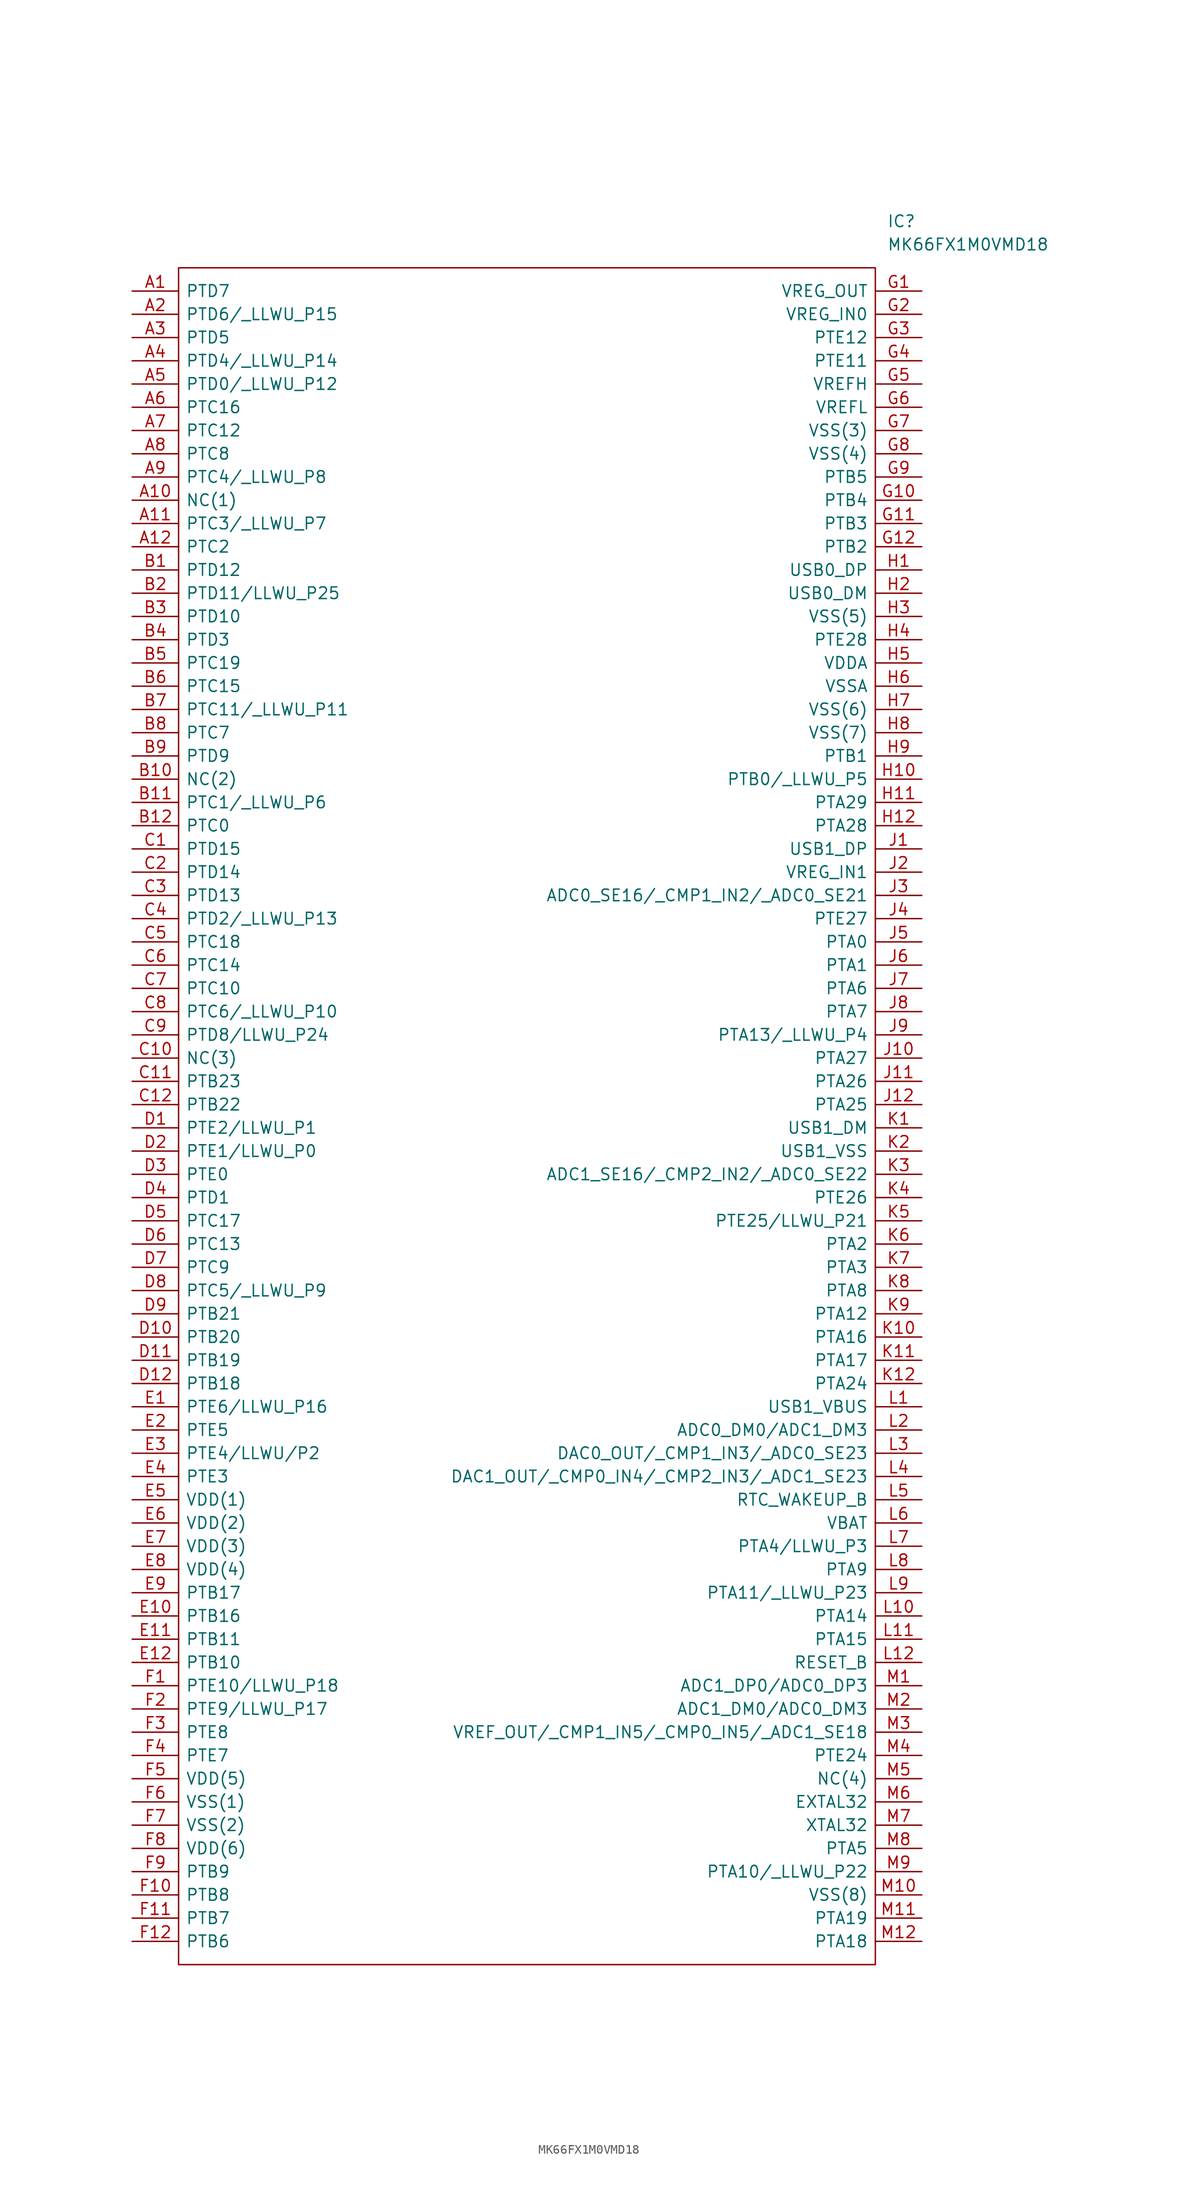
<source format=kicad_sym>
(kicad_symbol_lib
  (version 20220914)
  (generator kicad_symbol_editor)
  (symbol "MK66FX1M0VMD18"
    (pin_names
      (offset 0.762))
    (property "Reference" "IC"
      (at 39.37 96.52 0)
      (effects (font (size 1.27 1.27)) (justify left)))
    (property "Value" "MK66FX1M0VMD18"
      (at 39.37 93.98 0)
      (effects (font (size 1.27 1.27)) (justify left)))
    (symbol "MK66FX1M0VMD18_0_0"
      (pin bidirectional line (at -43.18 88.9 0) (length 5.08) (name "PTD7" (effects (font (size 1.27 1.27)))) (number "A1" (effects (font (size 1.27 1.27)))))
      (pin bidirectional line (at -43.18 66.04 0) (length 5.08) (name "NC(1)" (effects (font (size 1.27 1.27)))) (number "A10" (effects (font (size 1.27 1.27)))))
      (pin bidirectional line (at -43.18 63.5 0) (length 5.08) (name "PTC3/_LLWU_P7" (effects (font (size 1.27 1.27)))) (number "A11" (effects (font (size 1.27 1.27)))))
      (pin bidirectional line (at -43.18 60.96 0) (length 5.08) (name "PTC2" (effects (font (size 1.27 1.27)))) (number "A12" (effects (font (size 1.27 1.27)))))
      (pin bidirectional line (at -43.18 86.36 0) (length 5.08) (name "PTD6/_LLWU_P15" (effects (font (size 1.27 1.27)))) (number "A2" (effects (font (size 1.27 1.27)))))
      (pin bidirectional line (at -43.18 83.82 0) (length 5.08) (name "PTD5" (effects (font (size 1.27 1.27)))) (number "A3" (effects (font (size 1.27 1.27)))))
      (pin bidirectional line (at -43.18 81.28 0) (length 5.08) (name "PTD4/_LLWU_P14" (effects (font (size 1.27 1.27)))) (number "A4" (effects (font (size 1.27 1.27)))))
      (pin bidirectional line (at -43.18 78.74 0) (length 5.08) (name "PTD0/_LLWU_P12" (effects (font (size 1.27 1.27)))) (number "A5" (effects (font (size 1.27 1.27)))))
      (pin bidirectional line (at -43.18 76.2 0) (length 5.08) (name "PTC16" (effects (font (size 1.27 1.27)))) (number "A6" (effects (font (size 1.27 1.27)))))
      (pin bidirectional line (at -43.18 73.66 0) (length 5.08) (name "PTC12" (effects (font (size 1.27 1.27)))) (number "A7" (effects (font (size 1.27 1.27)))))
      (pin bidirectional line (at -43.18 71.12 0) (length 5.08) (name "PTC8" (effects (font (size 1.27 1.27)))) (number "A8" (effects (font (size 1.27 1.27)))))
      (pin bidirectional line (at -43.18 68.58 0) (length 5.08) (name "PTC4/_LLWU_P8" (effects (font (size 1.27 1.27)))) (number "A9" (effects (font (size 1.27 1.27)))))
      (pin bidirectional line (at -43.18 58.42 0) (length 5.08) (name "PTD12" (effects (font (size 1.27 1.27)))) (number "B1" (effects (font (size 1.27 1.27)))))
      (pin bidirectional line (at -43.18 35.56 0) (length 5.08) (name "NC(2)" (effects (font (size 1.27 1.27)))) (number "B10" (effects (font (size 1.27 1.27)))))
      (pin bidirectional line (at -43.18 33.02 0) (length 5.08) (name "PTC1/_LLWU_P6" (effects (font (size 1.27 1.27)))) (number "B11" (effects (font (size 1.27 1.27)))))
      (pin bidirectional line (at -43.18 30.48 0) (length 5.08) (name "PTC0" (effects (font (size 1.27 1.27)))) (number "B12" (effects (font (size 1.27 1.27)))))
      (pin bidirectional line (at -43.18 55.88 0) (length 5.08) (name "PTD11/LLWU_P25" (effects (font (size 1.27 1.27)))) (number "B2" (effects (font (size 1.27 1.27)))))
      (pin bidirectional line (at -43.18 53.34 0) (length 5.08) (name "PTD10" (effects (font (size 1.27 1.27)))) (number "B3" (effects (font (size 1.27 1.27)))))
      (pin bidirectional line (at -43.18 50.8 0) (length 5.08) (name "PTD3" (effects (font (size 1.27 1.27)))) (number "B4" (effects (font (size 1.27 1.27)))))
      (pin bidirectional line (at -43.18 48.26 0) (length 5.08) (name "PTC19" (effects (font (size 1.27 1.27)))) (number "B5" (effects (font (size 1.27 1.27)))))
      (pin bidirectional line (at -43.18 45.72 0) (length 5.08) (name "PTC15" (effects (font (size 1.27 1.27)))) (number "B6" (effects (font (size 1.27 1.27)))))
      (pin bidirectional line (at -43.18 43.18 0) (length 5.08) (name "PTC11/_LLWU_P11" (effects (font (size 1.27 1.27)))) (number "B7" (effects (font (size 1.27 1.27)))))
      (pin bidirectional line (at -43.18 40.64 0) (length 5.08) (name "PTC7" (effects (font (size 1.27 1.27)))) (number "B8" (effects (font (size 1.27 1.27)))))
      (pin bidirectional line (at -43.18 38.1 0) (length 5.08) (name "PTD9" (effects (font (size 1.27 1.27)))) (number "B9" (effects (font (size 1.27 1.27)))))
      (pin bidirectional line (at -43.18 27.94 0) (length 5.08) (name "PTD15" (effects (font (size 1.27 1.27)))) (number "C1" (effects (font (size 1.27 1.27)))))
      (pin bidirectional line (at -43.18 5.08 0) (length 5.08) (name "NC(3)" (effects (font (size 1.27 1.27)))) (number "C10" (effects (font (size 1.27 1.27)))))
      (pin bidirectional line (at -43.18 2.54 0) (length 5.08) (name "PTB23" (effects (font (size 1.27 1.27)))) (number "C11" (effects (font (size 1.27 1.27)))))
      (pin bidirectional line (at -43.18 0 0) (length 5.08) (name "PTB22" (effects (font (size 1.27 1.27)))) (number "C12" (effects (font (size 1.27 1.27)))))
      (pin bidirectional line (at -43.18 25.4 0) (length 5.08) (name "PTD14" (effects (font (size 1.27 1.27)))) (number "C2" (effects (font (size 1.27 1.27)))))
      (pin bidirectional line (at -43.18 22.86 0) (length 5.08) (name "PTD13" (effects (font (size 1.27 1.27)))) (number "C3" (effects (font (size 1.27 1.27)))))
      (pin bidirectional line (at -43.18 20.32 0) (length 5.08) (name "PTD2/_LLWU_P13" (effects (font (size 1.27 1.27)))) (number "C4" (effects (font (size 1.27 1.27)))))
      (pin bidirectional line (at -43.18 17.78 0) (length 5.08) (name "PTC18" (effects (font (size 1.27 1.27)))) (number "C5" (effects (font (size 1.27 1.27)))))
      (pin bidirectional line (at -43.18 15.24 0) (length 5.08) (name "PTC14" (effects (font (size 1.27 1.27)))) (number "C6" (effects (font (size 1.27 1.27)))))
      (pin bidirectional line (at -43.18 12.7 0) (length 5.08) (name "PTC10" (effects (font (size 1.27 1.27)))) (number "C7" (effects (font (size 1.27 1.27)))))
      (pin bidirectional line (at -43.18 10.16 0) (length 5.08) (name "PTC6/_LLWU_P10" (effects (font (size 1.27 1.27)))) (number "C8" (effects (font (size 1.27 1.27)))))
      (pin bidirectional line (at -43.18 7.62 0) (length 5.08) (name "PTD8/LLWU_P24" (effects (font (size 1.27 1.27)))) (number "C9" (effects (font (size 1.27 1.27)))))
      (pin bidirectional line (at -43.18 -2.54 0) (length 5.08) (name "PTE2/LLWU_P1" (effects (font (size 1.27 1.27)))) (number "D1" (effects (font (size 1.27 1.27)))))
      (pin bidirectional line (at -43.18 -25.4 0) (length 5.08) (name "PTB20" (effects (font (size 1.27 1.27)))) (number "D10" (effects (font (size 1.27 1.27)))))
      (pin bidirectional line (at -43.18 -27.94 0) (length 5.08) (name "PTB19" (effects (font (size 1.27 1.27)))) (number "D11" (effects (font (size 1.27 1.27)))))
      (pin bidirectional line (at -43.18 -30.48 0) (length 5.08) (name "PTB18" (effects (font (size 1.27 1.27)))) (number "D12" (effects (font (size 1.27 1.27)))))
      (pin bidirectional line (at -43.18 -5.08 0) (length 5.08) (name "PTE1/LLWU_P0" (effects (font (size 1.27 1.27)))) (number "D2" (effects (font (size 1.27 1.27)))))
      (pin bidirectional line (at -43.18 -7.62 0) (length 5.08) (name "PTE0" (effects (font (size 1.27 1.27)))) (number "D3" (effects (font (size 1.27 1.27)))))
      (pin bidirectional line (at -43.18 -10.16 0) (length 5.08) (name "PTD1" (effects (font (size 1.27 1.27)))) (number "D4" (effects (font (size 1.27 1.27)))))
      (pin bidirectional line (at -43.18 -12.7 0) (length 5.08) (name "PTC17" (effects (font (size 1.27 1.27)))) (number "D5" (effects (font (size 1.27 1.27)))))
      (pin bidirectional line (at -43.18 -15.24 0) (length 5.08) (name "PTC13" (effects (font (size 1.27 1.27)))) (number "D6" (effects (font (size 1.27 1.27)))))
      (pin bidirectional line (at -43.18 -17.78 0) (length 5.08) (name "PTC9" (effects (font (size 1.27 1.27)))) (number "D7" (effects (font (size 1.27 1.27)))))
      (pin bidirectional line (at -43.18 -20.32 0) (length 5.08) (name "PTC5/_LLWU_P9" (effects (font (size 1.27 1.27)))) (number "D8" (effects (font (size 1.27 1.27)))))
      (pin bidirectional line (at -43.18 -22.86 0) (length 5.08) (name "PTB21" (effects (font (size 1.27 1.27)))) (number "D9" (effects (font (size 1.27 1.27)))))
      (pin bidirectional line (at -43.18 -33.02 0) (length 5.08) (name "PTE6/LLWU_P16" (effects (font (size 1.27 1.27)))) (number "E1" (effects (font (size 1.27 1.27)))))
      (pin bidirectional line (at -43.18 -55.88 0) (length 5.08) (name "PTB16" (effects (font (size 1.27 1.27)))) (number "E10" (effects (font (size 1.27 1.27)))))
      (pin bidirectional line (at -43.18 -58.42 0) (length 5.08) (name "PTB11" (effects (font (size 1.27 1.27)))) (number "E11" (effects (font (size 1.27 1.27)))))
      (pin bidirectional line (at -43.18 -60.96 0) (length 5.08) (name "PTB10" (effects (font (size 1.27 1.27)))) (number "E12" (effects (font (size 1.27 1.27)))))
      (pin bidirectional line (at -43.18 -35.56 0) (length 5.08) (name "PTE5" (effects (font (size 1.27 1.27)))) (number "E2" (effects (font (size 1.27 1.27)))))
      (pin bidirectional line (at -43.18 -38.1 0) (length 5.08) (name "PTE4/LLWU/P2" (effects (font (size 1.27 1.27)))) (number "E3" (effects (font (size 1.27 1.27)))))
      (pin bidirectional line (at -43.18 -40.64 0) (length 5.08) (name "PTE3" (effects (font (size 1.27 1.27)))) (number "E4" (effects (font (size 1.27 1.27)))))
      (pin bidirectional line (at -43.18 -43.18 0) (length 5.08) (name "VDD(1)" (effects (font (size 1.27 1.27)))) (number "E5" (effects (font (size 1.27 1.27)))))
      (pin bidirectional line (at -43.18 -45.72 0) (length 5.08) (name "VDD(2)" (effects (font (size 1.27 1.27)))) (number "E6" (effects (font (size 1.27 1.27)))))
      (pin bidirectional line (at -43.18 -48.26 0) (length 5.08) (name "VDD(3)" (effects (font (size 1.27 1.27)))) (number "E7" (effects (font (size 1.27 1.27)))))
      (pin bidirectional line (at -43.18 -50.8 0) (length 5.08) (name "VDD(4)" (effects (font (size 1.27 1.27)))) (number "E8" (effects (font (size 1.27 1.27)))))
      (pin bidirectional line (at -43.18 -53.34 0) (length 5.08) (name "PTB17" (effects (font (size 1.27 1.27)))) (number "E9" (effects (font (size 1.27 1.27)))))
      (pin bidirectional line (at -43.18 -63.5 0) (length 5.08) (name "PTE10/LLWU_P18" (effects (font (size 1.27 1.27)))) (number "F1" (effects (font (size 1.27 1.27)))))
      (pin bidirectional line (at -43.18 -86.36 0) (length 5.08) (name "PTB8" (effects (font (size 1.27 1.27)))) (number "F10" (effects (font (size 1.27 1.27)))))
      (pin bidirectional line (at -43.18 -88.9 0) (length 5.08) (name "PTB7" (effects (font (size 1.27 1.27)))) (number "F11" (effects (font (size 1.27 1.27)))))
      (pin bidirectional line (at -43.18 -91.44 0) (length 5.08) (name "PTB6" (effects (font (size 1.27 1.27)))) (number "F12" (effects (font (size 1.27 1.27)))))
      (pin bidirectional line (at -43.18 -66.04 0) (length 5.08) (name "PTE9/LLWU_P17" (effects (font (size 1.27 1.27)))) (number "F2" (effects (font (size 1.27 1.27)))))
      (pin bidirectional line (at -43.18 -68.58 0) (length 5.08) (name "PTE8" (effects (font (size 1.27 1.27)))) (number "F3" (effects (font (size 1.27 1.27)))))
      (pin bidirectional line (at -43.18 -71.12 0) (length 5.08) (name "PTE7" (effects (font (size 1.27 1.27)))) (number "F4" (effects (font (size 1.27 1.27)))))
      (pin bidirectional line (at -43.18 -73.66 0) (length 5.08) (name "VDD(5)" (effects (font (size 1.27 1.27)))) (number "F5" (effects (font (size 1.27 1.27)))))
      (pin bidirectional line (at -43.18 -76.2 0) (length 5.08) (name "VSS(1)" (effects (font (size 1.27 1.27)))) (number "F6" (effects (font (size 1.27 1.27)))))
      (pin bidirectional line (at -43.18 -78.74 0) (length 5.08) (name "VSS(2)" (effects (font (size 1.27 1.27)))) (number "F7" (effects (font (size 1.27 1.27)))))
      (pin bidirectional line (at -43.18 -81.28 0) (length 5.08) (name "VDD(6)" (effects (font (size 1.27 1.27)))) (number "F8" (effects (font (size 1.27 1.27)))))
      (pin bidirectional line (at -43.18 -83.82 0) (length 5.08) (name "PTB9" (effects (font (size 1.27 1.27)))) (number "F9" (effects (font (size 1.27 1.27)))))
      (pin bidirectional line (at 43.18 88.9 180) (length 5.08) (name "VREG_OUT" (effects (font (size 1.27 1.27)))) (number "G1" (effects (font (size 1.27 1.27)))))
      (pin bidirectional line (at 43.18 66.04 180) (length 5.08) (name "PTB4" (effects (font (size 1.27 1.27)))) (number "G10" (effects (font (size 1.27 1.27)))))
      (pin bidirectional line (at 43.18 63.5 180) (length 5.08) (name "PTB3" (effects (font (size 1.27 1.27)))) (number "G11" (effects (font (size 1.27 1.27)))))
      (pin bidirectional line (at 43.18 60.96 180) (length 5.08) (name "PTB2" (effects (font (size 1.27 1.27)))) (number "G12" (effects (font (size 1.27 1.27)))))
      (pin bidirectional line (at 43.18 86.36 180) (length 5.08) (name "VREG_IN0" (effects (font (size 1.27 1.27)))) (number "G2" (effects (font (size 1.27 1.27)))))
      (pin bidirectional line (at 43.18 83.82 180) (length 5.08) (name "PTE12" (effects (font (size 1.27 1.27)))) (number "G3" (effects (font (size 1.27 1.27)))))
      (pin bidirectional line (at 43.18 81.28 180) (length 5.08) (name "PTE11" (effects (font (size 1.27 1.27)))) (number "G4" (effects (font (size 1.27 1.27)))))
      (pin bidirectional line (at 43.18 78.74 180) (length 5.08) (name "VREFH" (effects (font (size 1.27 1.27)))) (number "G5" (effects (font (size 1.27 1.27)))))
      (pin bidirectional line (at 43.18 76.2 180) (length 5.08) (name "VREFL" (effects (font (size 1.27 1.27)))) (number "G6" (effects (font (size 1.27 1.27)))))
      (pin bidirectional line (at 43.18 73.66 180) (length 5.08) (name "VSS(3)" (effects (font (size 1.27 1.27)))) (number "G7" (effects (font (size 1.27 1.27)))))
      (pin bidirectional line (at 43.18 71.12 180) (length 5.08) (name "VSS(4)" (effects (font (size 1.27 1.27)))) (number "G8" (effects (font (size 1.27 1.27)))))
      (pin bidirectional line (at 43.18 68.58 180) (length 5.08) (name "PTB5" (effects (font (size 1.27 1.27)))) (number "G9" (effects (font (size 1.27 1.27)))))
      (pin bidirectional line (at 43.18 58.42 180) (length 5.08) (name "USB0_DP" (effects (font (size 1.27 1.27)))) (number "H1" (effects (font (size 1.27 1.27)))))
      (pin bidirectional line (at 43.18 35.56 180) (length 5.08) (name "PTB0/_LLWU_P5" (effects (font (size 1.27 1.27)))) (number "H10" (effects (font (size 1.27 1.27)))))
      (pin bidirectional line (at 43.18 33.02 180) (length 5.08) (name "PTA29" (effects (font (size 1.27 1.27)))) (number "H11" (effects (font (size 1.27 1.27)))))
      (pin bidirectional line (at 43.18 30.48 180) (length 5.08) (name "PTA28" (effects (font (size 1.27 1.27)))) (number "H12" (effects (font (size 1.27 1.27)))))
      (pin bidirectional line (at 43.18 55.88 180) (length 5.08) (name "USB0_DM" (effects (font (size 1.27 1.27)))) (number "H2" (effects (font (size 1.27 1.27)))))
      (pin bidirectional line (at 43.18 53.34 180) (length 5.08) (name "VSS(5)" (effects (font (size 1.27 1.27)))) (number "H3" (effects (font (size 1.27 1.27)))))
      (pin bidirectional line (at 43.18 50.8 180) (length 5.08) (name "PTE28" (effects (font (size 1.27 1.27)))) (number "H4" (effects (font (size 1.27 1.27)))))
      (pin bidirectional line (at 43.18 48.26 180) (length 5.08) (name "VDDA" (effects (font (size 1.27 1.27)))) (number "H5" (effects (font (size 1.27 1.27)))))
      (pin bidirectional line (at 43.18 45.72 180) (length 5.08) (name "VSSA" (effects (font (size 1.27 1.27)))) (number "H6" (effects (font (size 1.27 1.27)))))
      (pin bidirectional line (at 43.18 43.18 180) (length 5.08) (name "VSS(6)" (effects (font (size 1.27 1.27)))) (number "H7" (effects (font (size 1.27 1.27)))))
      (pin bidirectional line (at 43.18 40.64 180) (length 5.08) (name "VSS(7)" (effects (font (size 1.27 1.27)))) (number "H8" (effects (font (size 1.27 1.27)))))
      (pin bidirectional line (at 43.18 38.1 180) (length 5.08) (name "PTB1" (effects (font (size 1.27 1.27)))) (number "H9" (effects (font (size 1.27 1.27)))))
      (pin bidirectional line (at 43.18 27.94 180) (length 5.08) (name "USB1_DP" (effects (font (size 1.27 1.27)))) (number "J1" (effects (font (size 1.27 1.27)))))
      (pin bidirectional line (at 43.18 5.08 180) (length 5.08) (name "PTA27" (effects (font (size 1.27 1.27)))) (number "J10" (effects (font (size 1.27 1.27)))))
      (pin bidirectional line (at 43.18 2.54 180) (length 5.08) (name "PTA26" (effects (font (size 1.27 1.27)))) (number "J11" (effects (font (size 1.27 1.27)))))
      (pin bidirectional line (at 43.18 0 180) (length 5.08) (name "PTA25" (effects (font (size 1.27 1.27)))) (number "J12" (effects (font (size 1.27 1.27)))))
      (pin bidirectional line (at 43.18 25.4 180) (length 5.08) (name "VREG_IN1" (effects (font (size 1.27 1.27)))) (number "J2" (effects (font (size 1.27 1.27)))))
      (pin bidirectional line (at 43.18 22.86 180) (length 5.08) (name "ADC0_SE16/_CMP1_IN2/_ADC0_SE21" (effects (font (size 1.27 1.27)))) (number "J3" (effects (font (size 1.27 1.27)))))
      (pin bidirectional line (at 43.18 20.32 180) (length 5.08) (name "PTE27" (effects (font (size 1.27 1.27)))) (number "J4" (effects (font (size 1.27 1.27)))))
      (pin bidirectional line (at 43.18 17.78 180) (length 5.08) (name "PTA0" (effects (font (size 1.27 1.27)))) (number "J5" (effects (font (size 1.27 1.27)))))
      (pin bidirectional line (at 43.18 15.24 180) (length 5.08) (name "PTA1" (effects (font (size 1.27 1.27)))) (number "J6" (effects (font (size 1.27 1.27)))))
      (pin bidirectional line (at 43.18 12.7 180) (length 5.08) (name "PTA6" (effects (font (size 1.27 1.27)))) (number "J7" (effects (font (size 1.27 1.27)))))
      (pin bidirectional line (at 43.18 10.16 180) (length 5.08) (name "PTA7" (effects (font (size 1.27 1.27)))) (number "J8" (effects (font (size 1.27 1.27)))))
      (pin bidirectional line (at 43.18 7.62 180) (length 5.08) (name "PTA13/_LLWU_P4" (effects (font (size 1.27 1.27)))) (number "J9" (effects (font (size 1.27 1.27)))))
      (pin bidirectional line (at 43.18 -2.54 180) (length 5.08) (name "USB1_DM" (effects (font (size 1.27 1.27)))) (number "K1" (effects (font (size 1.27 1.27)))))
      (pin bidirectional line (at 43.18 -25.4 180) (length 5.08) (name "PTA16" (effects (font (size 1.27 1.27)))) (number "K10" (effects (font (size 1.27 1.27)))))
      (pin bidirectional line (at 43.18 -27.94 180) (length 5.08) (name "PTA17" (effects (font (size 1.27 1.27)))) (number "K11" (effects (font (size 1.27 1.27)))))
      (pin bidirectional line (at 43.18 -30.48 180) (length 5.08) (name "PTA24" (effects (font (size 1.27 1.27)))) (number "K12" (effects (font (size 1.27 1.27)))))
      (pin bidirectional line (at 43.18 -5.08 180) (length 5.08) (name "USB1_VSS" (effects (font (size 1.27 1.27)))) (number "K2" (effects (font (size 1.27 1.27)))))
      (pin bidirectional line (at 43.18 -7.62 180) (length 5.08) (name "ADC1_SE16/_CMP2_IN2/_ADC0_SE22" (effects (font (size 1.27 1.27)))) (number "K3" (effects (font (size 1.27 1.27)))))
      (pin bidirectional line (at 43.18 -10.16 180) (length 5.08) (name "PTE26" (effects (font (size 1.27 1.27)))) (number "K4" (effects (font (size 1.27 1.27)))))
      (pin bidirectional line (at 43.18 -12.7 180) (length 5.08) (name "PTE25/LLWU_P21" (effects (font (size 1.27 1.27)))) (number "K5" (effects (font (size 1.27 1.27)))))
      (pin bidirectional line (at 43.18 -15.24 180) (length 5.08) (name "PTA2" (effects (font (size 1.27 1.27)))) (number "K6" (effects (font (size 1.27 1.27)))))
      (pin bidirectional line (at 43.18 -17.78 180) (length 5.08) (name "PTA3" (effects (font (size 1.27 1.27)))) (number "K7" (effects (font (size 1.27 1.27)))))
      (pin bidirectional line (at 43.18 -20.32 180) (length 5.08) (name "PTA8" (effects (font (size 1.27 1.27)))) (number "K8" (effects (font (size 1.27 1.27)))))
      (pin bidirectional line (at 43.18 -22.86 180) (length 5.08) (name "PTA12" (effects (font (size 1.27 1.27)))) (number "K9" (effects (font (size 1.27 1.27)))))
      (pin bidirectional line (at 43.18 -33.02 180) (length 5.08) (name "USB1_VBUS" (effects (font (size 1.27 1.27)))) (number "L1" (effects (font (size 1.27 1.27)))))
      (pin bidirectional line (at 43.18 -55.88 180) (length 5.08) (name "PTA14" (effects (font (size 1.27 1.27)))) (number "L10" (effects (font (size 1.27 1.27)))))
      (pin bidirectional line (at 43.18 -58.42 180) (length 5.08) (name "PTA15" (effects (font (size 1.27 1.27)))) (number "L11" (effects (font (size 1.27 1.27)))))
      (pin bidirectional line (at 43.18 -60.96 180) (length 5.08) (name "RESET_B" (effects (font (size 1.27 1.27)))) (number "L12" (effects (font (size 1.27 1.27)))))
      (pin bidirectional line (at 43.18 -35.56 180) (length 5.08) (name "ADC0_DM0/ADC1_DM3" (effects (font (size 1.27 1.27)))) (number "L2" (effects (font (size 1.27 1.27)))))
      (pin bidirectional line (at 43.18 -38.1 180) (length 5.08) (name "DAC0_OUT/_CMP1_IN3/_ADC0_SE23" (effects (font (size 1.27 1.27)))) (number "L3" (effects (font (size 1.27 1.27)))))
      (pin bidirectional line (at 43.18 -40.64 180) (length 5.08) (name "DAC1_OUT/_CMP0_IN4/_CMP2_IN3/_ADC1_SE23" (effects (font (size 1.27 1.27)))) (number "L4" (effects (font (size 1.27 1.27)))))
      (pin bidirectional line (at 43.18 -43.18 180) (length 5.08) (name "RTC_WAKEUP_B" (effects (font (size 1.27 1.27)))) (number "L5" (effects (font (size 1.27 1.27)))))
      (pin bidirectional line (at 43.18 -45.72 180) (length 5.08) (name "VBAT" (effects (font (size 1.27 1.27)))) (number "L6" (effects (font (size 1.27 1.27)))))
      (pin bidirectional line (at 43.18 -48.26 180) (length 5.08) (name "PTA4/LLWU_P3" (effects (font (size 1.27 1.27)))) (number "L7" (effects (font (size 1.27 1.27)))))
      (pin bidirectional line (at 43.18 -50.8 180) (length 5.08) (name "PTA9" (effects (font (size 1.27 1.27)))) (number "L8" (effects (font (size 1.27 1.27)))))
      (pin bidirectional line (at 43.18 -53.34 180) (length 5.08) (name "PTA11/_LLWU_P23" (effects (font (size 1.27 1.27)))) (number "L9" (effects (font (size 1.27 1.27)))))
      (pin bidirectional line (at 43.18 -63.5 180) (length 5.08) (name "ADC1_DP0/ADC0_DP3" (effects (font (size 1.27 1.27)))) (number "M1" (effects (font (size 1.27 1.27)))))
      (pin bidirectional line (at 43.18 -86.36 180) (length 5.08) (name "VSS(8)" (effects (font (size 1.27 1.27)))) (number "M10" (effects (font (size 1.27 1.27)))))
      (pin bidirectional line (at 43.18 -88.9 180) (length 5.08) (name "PTA19" (effects (font (size 1.27 1.27)))) (number "M11" (effects (font (size 1.27 1.27)))))
      (pin bidirectional line (at 43.18 -91.44 180) (length 5.08) (name "PTA18" (effects (font (size 1.27 1.27)))) (number "M12" (effects (font (size 1.27 1.27)))))
      (pin bidirectional line (at 43.18 -66.04 180) (length 5.08) (name "ADC1_DM0/ADC0_DM3" (effects (font (size 1.27 1.27)))) (number "M2" (effects (font (size 1.27 1.27)))))
      (pin bidirectional line (at 43.18 -68.58 180) (length 5.08) (name "VREF_OUT/_CMP1_IN5/_CMP0_IN5/_ADC1_SE18" (effects (font (size 1.27 1.27)))) (number "M3" (effects (font (size 1.27 1.27)))))
      (pin bidirectional line (at 43.18 -71.12 180) (length 5.08) (name "PTE24" (effects (font (size 1.27 1.27)))) (number "M4" (effects (font (size 1.27 1.27)))))
      (pin bidirectional line (at 43.18 -73.66 180) (length 5.08) (name "NC(4)" (effects (font (size 1.27 1.27)))) (number "M5" (effects (font (size 1.27 1.27)))))
      (pin bidirectional line (at 43.18 -76.2 180) (length 5.08) (name "EXTAL32" (effects (font (size 1.27 1.27)))) (number "M6" (effects (font (size 1.27 1.27)))))
      (pin bidirectional line (at 43.18 -78.74 180) (length 5.08) (name "XTAL32" (effects (font (size 1.27 1.27)))) (number "M7" (effects (font (size 1.27 1.27)))))
      (pin bidirectional line (at 43.18 -81.28 180) (length 5.08) (name "PTA5" (effects (font (size 1.27 1.27)))) (number "M8" (effects (font (size 1.27 1.27)))))
      (pin bidirectional line (at 43.18 -83.82 180) (length 5.08) (name "PTA10/_LLWU_P22" (effects (font (size 1.27 1.27)))) (number "M9" (effects (font (size 1.27 1.27))))))
    (symbol "MK66FX1M0VMD18_0_1"
      (polyline (pts (xy -38.1 91.44) (xy 38.1 91.44) (xy 38.1 -93.98) (xy -38.1 -93.98) (xy -38.1 91.44)) (stroke (width 0.152) (type solid)) (fill (type none))))))
</source>
